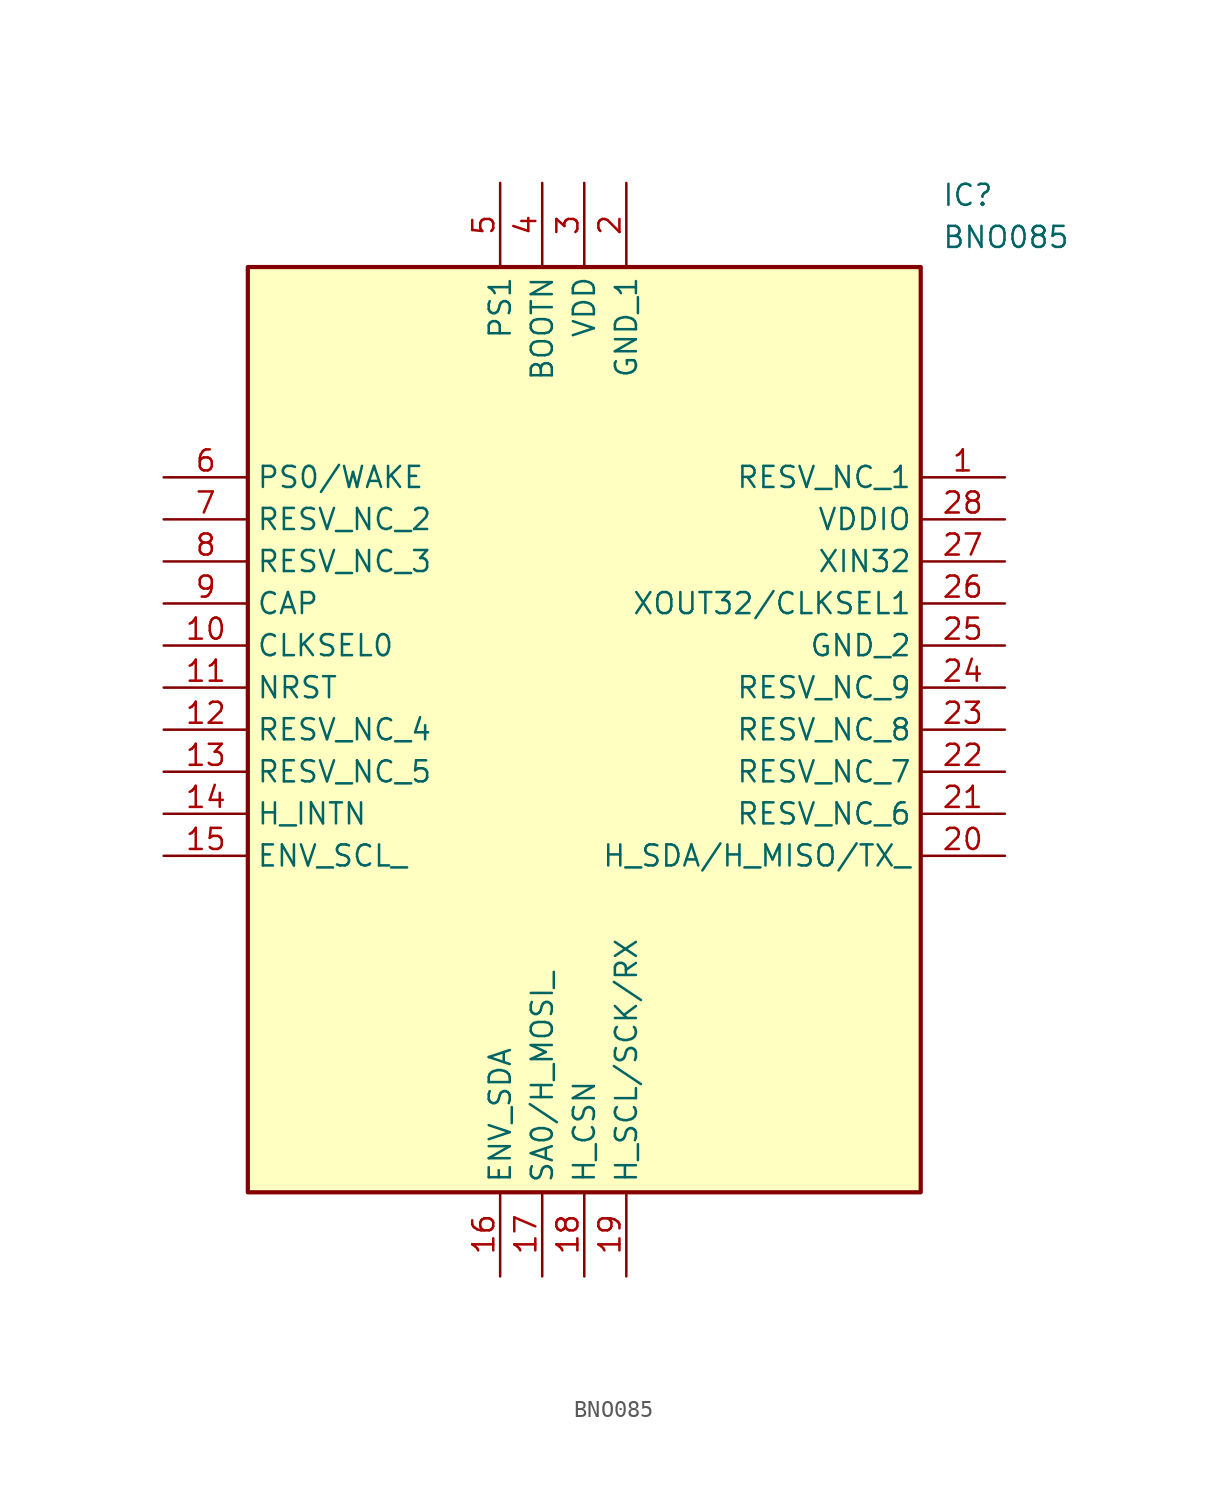
<source format=kicad_sym>
(kicad_symbol_lib
  (version 20211014)
  (generator SamacSys_ECAD_Model)
  (symbol "BNO085"
    (property "Reference" "IC"
      (at 46.99 17.78 0)
      (effects (font (size 1.27 1.27)) (justify left top)))
    (property "Value" "BNO085"
      (at 46.99 15.24 0)
      (effects (font (size 1.27 1.27)) (justify left top)))
    (rectangle
      (start 5.08 12.7)
      (end 45.72 -43.18)
      (stroke (width 0.254) (type default))
      (fill (type background)))
    (pin passive line
      (at 50.8 0 180)
      (length 5.08)
      (name "RESV_NC_1" (effects (font (size 1.27 1.27))))
      (number "1" (effects (font (size 1.27 1.27)))))
    (pin passive line
      (at 27.94 17.78 270)
      (length 5.08)
      (name "GND_1" (effects (font (size 1.27 1.27))))
      (number "2" (effects (font (size 1.27 1.27)))))
    (pin passive line
      (at 25.4 17.78 270)
      (length 5.08)
      (name "VDD" (effects (font (size 1.27 1.27))))
      (number "3" (effects (font (size 1.27 1.27)))))
    (pin passive line
      (at 22.86 17.78 270)
      (length 5.08)
      (name "BOOTN" (effects (font (size 1.27 1.27))))
      (number "4" (effects (font (size 1.27 1.27)))))
    (pin passive line
      (at 20.32 17.78 270)
      (length 5.08)
      (name "PS1" (effects (font (size 1.27 1.27))))
      (number "5" (effects (font (size 1.27 1.27)))))
    (pin passive line
      (at 0 0 0)
      (length 5.08)
      (name "PS0/WAKE" (effects (font (size 1.27 1.27))))
      (number "6" (effects (font (size 1.27 1.27)))))
    (pin passive line
      (at 0 -2.54 0)
      (length 5.08)
      (name "RESV_NC_2" (effects (font (size 1.27 1.27))))
      (number "7" (effects (font (size 1.27 1.27)))))
    (pin passive line
      (at 0 -5.08 0)
      (length 5.08)
      (name "RESV_NC_3" (effects (font (size 1.27 1.27))))
      (number "8" (effects (font (size 1.27 1.27)))))
    (pin passive line
      (at 0 -7.62 0)
      (length 5.08)
      (name "CAP" (effects (font (size 1.27 1.27))))
      (number "9" (effects (font (size 1.27 1.27)))))
    (pin passive line
      (at 0 -10.16 0)
      (length 5.08)
      (name "CLKSEL0" (effects (font (size 1.27 1.27))))
      (number "10" (effects (font (size 1.27 1.27)))))
    (pin passive line
      (at 0 -12.7 0)
      (length 5.08)
      (name "NRST" (effects (font (size 1.27 1.27))))
      (number "11" (effects (font (size 1.27 1.27)))))
    (pin passive line
      (at 0 -15.24 0)
      (length 5.08)
      (name "RESV_NC_4" (effects (font (size 1.27 1.27))))
      (number "12" (effects (font (size 1.27 1.27)))))
    (pin passive line
      (at 0 -17.78 0)
      (length 5.08)
      (name "RESV_NC_5" (effects (font (size 1.27 1.27))))
      (number "13" (effects (font (size 1.27 1.27)))))
    (pin passive line
      (at 0 -20.32 0)
      (length 5.08)
      (name "H_INTN" (effects (font (size 1.27 1.27))))
      (number "14" (effects (font (size 1.27 1.27)))))
    (pin passive line
      (at 0 -22.86 0)
      (length 5.08)
      (name "ENV_SCL_" (effects (font (size 1.27 1.27))))
      (number "15" (effects (font (size 1.27 1.27)))))
    (pin passive line
      (at 20.32 -48.26 90)
      (length 5.08)
      (name "ENV_SDA" (effects (font (size 1.27 1.27))))
      (number "16" (effects (font (size 1.27 1.27)))))
    (pin passive line
      (at 22.86 -48.26 90)
      (length 5.08)
      (name "SA0/H_MOSI_" (effects (font (size 1.27 1.27))))
      (number "17" (effects (font (size 1.27 1.27)))))
    (pin passive line
      (at 25.4 -48.26 90)
      (length 5.08)
      (name "H_CSN" (effects (font (size 1.27 1.27))))
      (number "18" (effects (font (size 1.27 1.27)))))
    (pin passive line
      (at 27.94 -48.26 90)
      (length 5.08)
      (name "H_SCL/SCK/RX" (effects (font (size 1.27 1.27))))
      (number "19" (effects (font (size 1.27 1.27)))))
    (pin passive line
      (at 50.8 -22.86 180)
      (length 5.08)
      (name "H_SDA/H_MISO/TX_" (effects (font (size 1.27 1.27))))
      (number "20" (effects (font (size 1.27 1.27)))))
    (pin passive line
      (at 50.8 -20.32 180)
      (length 5.08)
      (name "RESV_NC_6" (effects (font (size 1.27 1.27))))
      (number "21" (effects (font (size 1.27 1.27)))))
    (pin passive line
      (at 50.8 -17.78 180)
      (length 5.08)
      (name "RESV_NC_7" (effects (font (size 1.27 1.27))))
      (number "22" (effects (font (size 1.27 1.27)))))
    (pin passive line
      (at 50.8 -15.24 180)
      (length 5.08)
      (name "RESV_NC_8" (effects (font (size 1.27 1.27))))
      (number "23" (effects (font (size 1.27 1.27)))))
    (pin passive line
      (at 50.8 -12.7 180)
      (length 5.08)
      (name "RESV_NC_9" (effects (font (size 1.27 1.27))))
      (number "24" (effects (font (size 1.27 1.27)))))
    (pin passive line
      (at 50.8 -10.16 180)
      (length 5.08)
      (name "GND_2" (effects (font (size 1.27 1.27))))
      (number "25" (effects (font (size 1.27 1.27)))))
    (pin passive line
      (at 50.8 -7.62 180)
      (length 5.08)
      (name "XOUT32/CLKSEL1" (effects (font (size 1.27 1.27))))
      (number "26" (effects (font (size 1.27 1.27)))))
    (pin passive line
      (at 50.8 -5.08 180)
      (length 5.08)
      (name "XIN32" (effects (font (size 1.27 1.27))))
      (number "27" (effects (font (size 1.27 1.27)))))
    (pin passive line
      (at 50.8 -2.54 180)
      (length 5.08)
      (name "VDDIO" (effects (font (size 1.27 1.27))))
      (number "28" (effects (font (size 1.27 1.27)))))))
</source>
